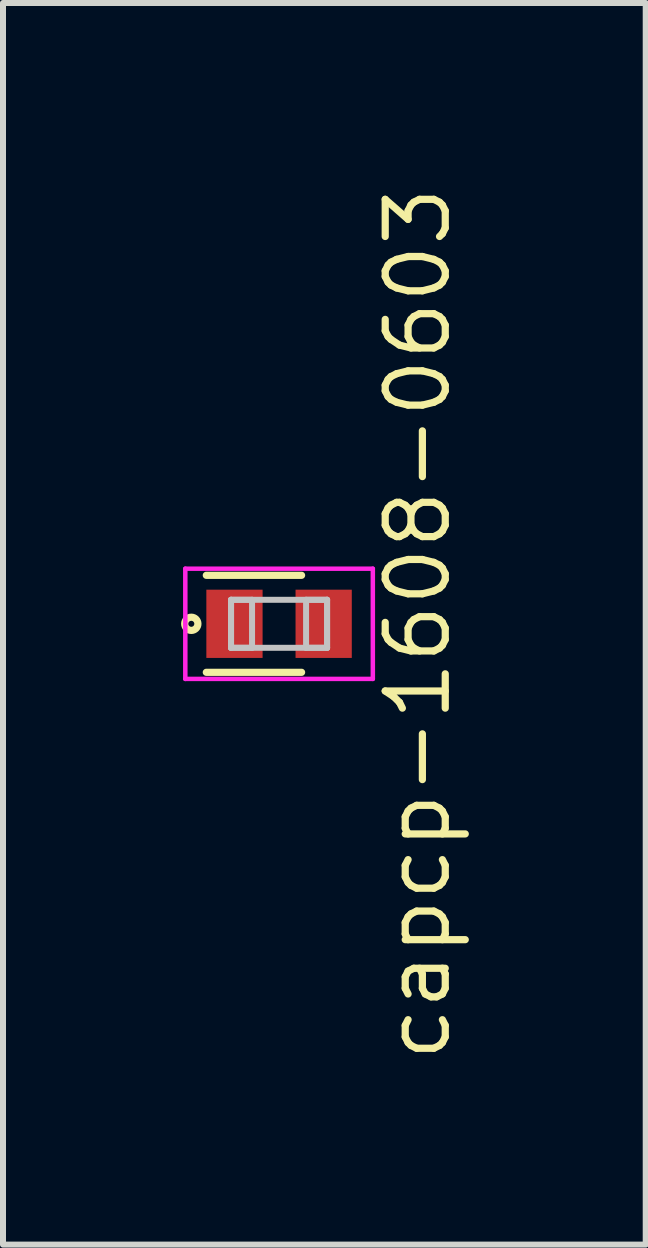
<source format=kicad_pcb>
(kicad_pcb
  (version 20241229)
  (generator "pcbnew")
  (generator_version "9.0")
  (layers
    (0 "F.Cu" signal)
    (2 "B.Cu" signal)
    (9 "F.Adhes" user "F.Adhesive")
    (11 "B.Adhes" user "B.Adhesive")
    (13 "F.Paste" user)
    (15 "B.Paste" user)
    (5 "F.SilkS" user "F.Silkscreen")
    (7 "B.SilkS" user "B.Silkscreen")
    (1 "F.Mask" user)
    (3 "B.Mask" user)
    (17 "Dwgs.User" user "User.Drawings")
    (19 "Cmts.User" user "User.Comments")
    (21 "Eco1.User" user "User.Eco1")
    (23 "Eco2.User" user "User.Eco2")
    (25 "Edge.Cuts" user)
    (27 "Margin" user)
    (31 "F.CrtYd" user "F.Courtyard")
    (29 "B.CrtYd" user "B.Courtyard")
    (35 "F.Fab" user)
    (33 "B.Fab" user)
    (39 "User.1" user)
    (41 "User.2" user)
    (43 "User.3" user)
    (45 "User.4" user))
  (footprint "capcp-1608-0603"
    (layer "F.Cu")
    (at 1.599 7.342)
    (property "Reference" "capcp-1608-0603" (at 2.312 0 90) (layer "F.SilkS") (effects (font (size 1 1) (thickness 0.12))))
    (attr through_hole)
    (fp_line (start -1.212 -0.808) (end 0.375 -0.808) (stroke (width 0.12) (type solid)) (layer "F.SilkS"))
    (fp_line (start -1.212 0.808) (end 0.375 0.808) (stroke (width 0.12) (type solid)) (layer "F.SilkS"))
    (fp_circle (center -1.462 0) (end -1.412 0) (stroke (width 0.12) (type solid)) (fill no) (layer "F.SilkS"))
    (fp_line (start -0.8 -0.4) (end -0.8 0.4) (stroke (width 0.1) (type solid)) (layer "Dwgs.User"))
    (fp_line (start -0.8 -0.4) (end -0.8 0.4) (stroke (width 0.1) (type solid)) (layer "Dwgs.User"))
    (fp_line (start -0.8 0.4) (end -0.45 0.4) (stroke (width 0.1) (type solid)) (layer "Dwgs.User"))
    (fp_line (start -0.8 0.4) (end 0.8 0.4) (stroke (width 0.1) (type solid)) (layer "Dwgs.User"))
    (fp_line (start -0.45 -0.4) (end -0.8 -0.4) (stroke (width 0.1) (type solid)) (layer "Dwgs.User"))
    (fp_line (start -0.45 0.4) (end -0.45 -0.4) (stroke (width 0.1) (type solid)) (layer "Dwgs.User"))
    (fp_line (start 0.45 -0.4) (end 0.45 0.4) (stroke (width 0.1) (type solid)) (layer "Dwgs.User"))
    (fp_line (start 0.45 0.4) (end 0.8 0.4) (stroke (width 0.1) (type solid)) (layer "Dwgs.User"))
    (fp_line (start 0.8 -0.4) (end -0.8 -0.4) (stroke (width 0.1) (type solid)) (layer "Dwgs.User"))
    (fp_line (start 0.8 -0.4) (end 0.45 -0.4) (stroke (width 0.1) (type solid)) (layer "Dwgs.User"))
    (fp_line (start 0.8 0.4) (end 0.8 -0.4) (stroke (width 0.1) (type solid)) (layer "Dwgs.User"))
    (fp_line (start 0.8 0.4) (end 0.8 -0.4) (stroke (width 0.1) (type solid)) (layer "Dwgs.User"))
    (fp_line (start -1.562 -0.918) (end -1.562 0.918) (stroke (width 0.075) (type solid)) (layer "F.CrtYd"))
    (fp_line (start -1.562 0.918) (end 1.562 0.918) (stroke (width 0.075) (type solid)) (layer "F.CrtYd"))
    (fp_line (start 1.562 -0.918) (end -1.562 -0.918) (stroke (width 0.075) (type solid)) (layer "F.CrtYd"))
    (fp_line (start 1.562 0.918) (end 1.562 -0.918) (stroke (width 0.075) (type solid)) (layer "F.CrtYd"))
    (pad "1" smd rect (at -0.743 0) (size 0.937 1.137) (layers "F.Cu" "F.Mask" "F.Paste"))
    (pad "2" smd rect (at 0.743 0) (size 0.937 1.137) (layers "F.Cu" "F.Mask" "F.Paste")))
  (gr_rect
    (start -3 -3)
    (end 7.707 17.684)
    (stroke (width 0.1) (type default))
    (fill no)
    (layer "Edge.Cuts")))
</source>
